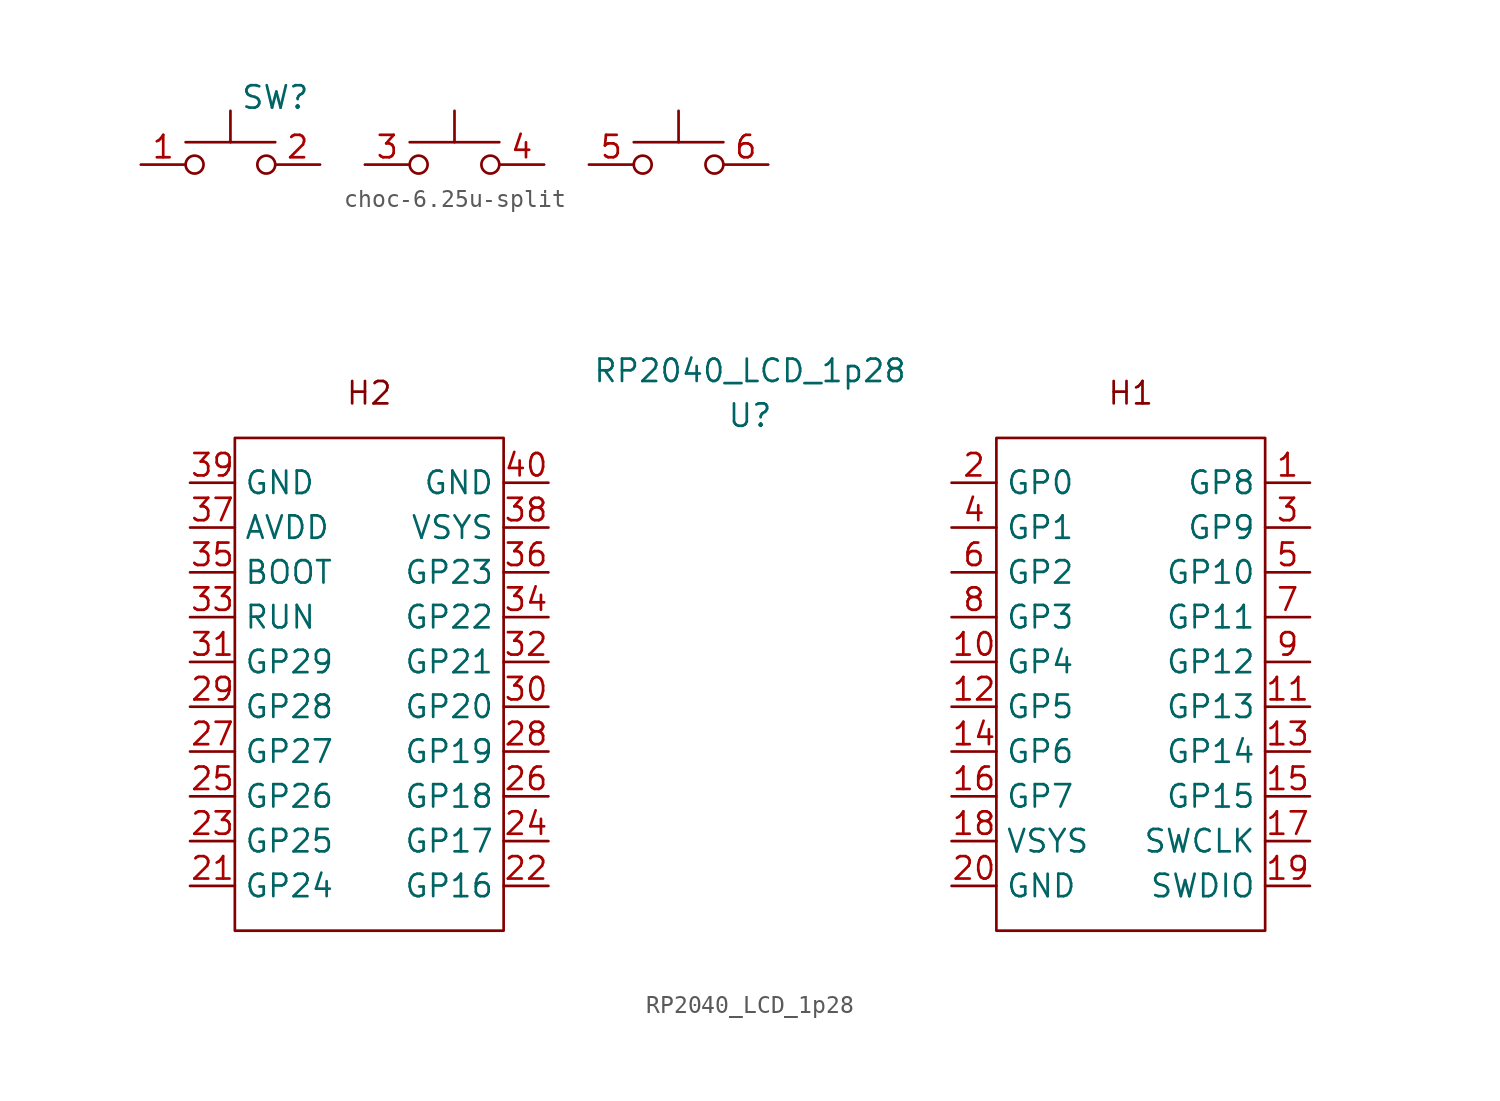
<source format=kicad_sym>
(kicad_symbol_lib
  (version 20220914)
  (generator kicad_symbol_editor)
  (symbol "choc-6.25u-split"
    (property "Reference" "SW"
      (at 2.54 2.54 0)
      (effects (font (size 1.27 1.27))))
    (property "Value" ""
      (at 0 0 0)
      (effects (font (size 1.27 1.27))))
    (symbol "choc-6.25u-split_0_1"
      (circle (center -2.032 -1.27) (radius 0.508) (stroke (width 0) (type default)) (fill (type none)))
      (polyline (pts (xy 0 0) (xy 0 1.778)) (stroke (width 0) (type default)) (fill (type none)))
      (polyline (pts (xy 2.54 0) (xy -2.54 0)) (stroke (width 0) (type default)) (fill (type none)))
      (polyline (pts (xy 12.7 0) (xy 12.7 1.778)) (stroke (width 0) (type default)) (fill (type none)))
      (polyline (pts (xy 15.24 0) (xy 10.16 0)) (stroke (width 0) (type default)) (fill (type none)))
      (polyline (pts (xy 25.4 0) (xy 25.4 1.778)) (stroke (width 0) (type default)) (fill (type none)))
      (polyline (pts (xy 27.94 0) (xy 22.86 0)) (stroke (width 0) (type default)) (fill (type none)))
      (circle (center 2.032 -1.27) (radius 0.508) (stroke (width 0) (type default)) (fill (type none)))
      (circle (center 10.668 -1.27) (radius 0.508) (stroke (width 0) (type default)) (fill (type none)))
      (circle (center 14.732 -1.27) (radius 0.508) (stroke (width 0) (type default)) (fill (type none)))
      (circle (center 23.368 -1.27) (radius 0.508) (stroke (width 0) (type default)) (fill (type none)))
      (circle (center 27.432 -1.27) (radius 0.508) (stroke (width 0) (type default)) (fill (type none)))
      (pin passive line (at -5.08 -1.27 0) (length 2.54) (name "" (effects (font (size 1.27 1.27)))) (number "1" (effects (font (size 1.27 1.27)))))
      (pin passive line (at 5.08 -1.27 180) (length 2.54) (name "" (effects (font (size 1.27 1.27)))) (number "2" (effects (font (size 1.27 1.27)))))
      (pin passive line (at 7.62 -1.27 0) (length 2.54) (name "" (effects (font (size 1.27 1.27)))) (number "3" (effects (font (size 1.27 1.27)))))
      (pin passive line (at 17.78 -1.27 180) (length 2.54) (name "" (effects (font (size 1.27 1.27)))) (number "4" (effects (font (size 1.27 1.27)))))
      (pin passive line (at 20.32 -1.27 0) (length 2.54) (name "" (effects (font (size 1.27 1.27)))) (number "5" (effects (font (size 1.27 1.27)))))
      (pin passive line (at 30.48 -1.27 180) (length 2.54) (name "" (effects (font (size 1.27 1.27)))) (number "6" (effects (font (size 1.27 1.27)))))))
  (symbol "RP2040_LCD_1p28"
    (property "Reference" "U"
      (at 0 0 0)
      (effects (font (size 1.27 1.27))))
    (property "Value" "RP2040_LCD_1p28"
      (at 0 2.54 0)
      (effects (font (size 1.27 1.27))))
    (symbol "RP2040_LCD_1p28_0_0"
      (text "H1" (at 21.59 1.27 0) (effects (font (size 1.27 1.27))))
      (text "H2" (at -21.59 1.27 0) (effects (font (size 1.27 1.27)))))
    (symbol "RP2040_LCD_1p28_0_1"
      (rectangle (start -29.21 -1.27) (end -13.97 -29.21) (stroke (width 0) (type default)) (fill (type none)))
      (rectangle (start 13.97 -1.27) (end 29.21 -29.21) (stroke (width 0) (type default)) (fill (type none))))
    (symbol "RP2040_LCD_1p28_1_1"
      (pin bidirectional line (at 31.75 -3.81 180) (length 2.54) (name "GP8" (effects (font (size 1.27 1.27)))) (number "1" (effects (font (size 1.27 1.27)))))
      (pin bidirectional line (at 11.43 -13.97 0) (length 2.54) (name "GP4" (effects (font (size 1.27 1.27)))) (number "10" (effects (font (size 1.27 1.27)))))
      (pin bidirectional line (at 31.75 -16.51 180) (length 2.54) (name "GP13" (effects (font (size 1.27 1.27)))) (number "11" (effects (font (size 1.27 1.27)))))
      (pin bidirectional line (at 11.43 -16.51 0) (length 2.54) (name "GP5" (effects (font (size 1.27 1.27)))) (number "12" (effects (font (size 1.27 1.27)))))
      (pin bidirectional line (at 31.75 -19.05 180) (length 2.54) (name "GP14" (effects (font (size 1.27 1.27)))) (number "13" (effects (font (size 1.27 1.27)))))
      (pin bidirectional line (at 11.43 -19.05 0) (length 2.54) (name "GP6" (effects (font (size 1.27 1.27)))) (number "14" (effects (font (size 1.27 1.27)))))
      (pin bidirectional line (at 31.75 -21.59 180) (length 2.54) (name "GP15" (effects (font (size 1.27 1.27)))) (number "15" (effects (font (size 1.27 1.27)))))
      (pin bidirectional line (at 11.43 -21.59 0) (length 2.54) (name "GP7" (effects (font (size 1.27 1.27)))) (number "16" (effects (font (size 1.27 1.27)))))
      (pin bidirectional line (at 31.75 -24.13 180) (length 2.54) (name "SWCLK" (effects (font (size 1.27 1.27)))) (number "17" (effects (font (size 1.27 1.27)))))
      (pin power_in line (at 11.43 -24.13 0) (length 2.54) (name "VSYS" (effects (font (size 1.27 1.27)))) (number "18" (effects (font (size 1.27 1.27)))))
      (pin bidirectional line (at 31.75 -26.67 180) (length 2.54) (name "SWDIO" (effects (font (size 1.27 1.27)))) (number "19" (effects (font (size 1.27 1.27)))))
      (pin bidirectional line (at 11.43 -3.81 0) (length 2.54) (name "GP0" (effects (font (size 1.27 1.27)))) (number "2" (effects (font (size 1.27 1.27)))))
      (pin power_in line (at 11.43 -26.67 0) (length 2.54) (name "GND" (effects (font (size 1.27 1.27)))) (number "20" (effects (font (size 1.27 1.27)))))
      (pin bidirectional line (at -31.75 -26.67 0) (length 2.54) (name "GP24" (effects (font (size 1.27 1.27)))) (number "21" (effects (font (size 1.27 1.27)))))
      (pin bidirectional line (at -11.43 -26.67 180) (length 2.54) (name "GP16" (effects (font (size 1.27 1.27)))) (number "22" (effects (font (size 1.27 1.27)))))
      (pin bidirectional line (at -31.75 -24.13 0) (length 2.54) (name "GP25" (effects (font (size 1.27 1.27)))) (number "23" (effects (font (size 1.27 1.27)))))
      (pin bidirectional line (at -11.43 -24.13 180) (length 2.54) (name "GP17" (effects (font (size 1.27 1.27)))) (number "24" (effects (font (size 1.27 1.27)))))
      (pin bidirectional line (at -31.75 -21.59 0) (length 2.54) (name "GP26" (effects (font (size 1.27 1.27)))) (number "25" (effects (font (size 1.27 1.27)))))
      (pin bidirectional line (at -11.43 -21.59 180) (length 2.54) (name "GP18" (effects (font (size 1.27 1.27)))) (number "26" (effects (font (size 1.27 1.27)))))
      (pin bidirectional line (at -31.75 -19.05 0) (length 2.54) (name "GP27" (effects (font (size 1.27 1.27)))) (number "27" (effects (font (size 1.27 1.27)))))
      (pin bidirectional line (at -11.43 -19.05 180) (length 2.54) (name "GP19" (effects (font (size 1.27 1.27)))) (number "28" (effects (font (size 1.27 1.27)))))
      (pin bidirectional line (at -31.75 -16.51 0) (length 2.54) (name "GP28" (effects (font (size 1.27 1.27)))) (number "29" (effects (font (size 1.27 1.27)))))
      (pin bidirectional line (at 31.75 -6.35 180) (length 2.54) (name "GP9" (effects (font (size 1.27 1.27)))) (number "3" (effects (font (size 1.27 1.27)))))
      (pin bidirectional line (at -11.43 -16.51 180) (length 2.54) (name "GP20" (effects (font (size 1.27 1.27)))) (number "30" (effects (font (size 1.27 1.27)))))
      (pin bidirectional line (at -31.75 -13.97 0) (length 2.54) (name "GP29" (effects (font (size 1.27 1.27)))) (number "31" (effects (font (size 1.27 1.27)))))
      (pin bidirectional line (at -11.43 -13.97 180) (length 2.54) (name "GP21" (effects (font (size 1.27 1.27)))) (number "32" (effects (font (size 1.27 1.27)))))
      (pin bidirectional line (at -31.75 -11.43 0) (length 2.54) (name "RUN" (effects (font (size 1.27 1.27)))) (number "33" (effects (font (size 1.27 1.27)))))
      (pin bidirectional line (at -11.43 -11.43 180) (length 2.54) (name "GP22" (effects (font (size 1.27 1.27)))) (number "34" (effects (font (size 1.27 1.27)))))
      (pin bidirectional line (at -31.75 -8.89 0) (length 2.54) (name "BOOT" (effects (font (size 1.27 1.27)))) (number "35" (effects (font (size 1.27 1.27)))))
      (pin bidirectional line (at -11.43 -8.89 180) (length 2.54) (name "GP23" (effects (font (size 1.27 1.27)))) (number "36" (effects (font (size 1.27 1.27)))))
      (pin bidirectional line (at -31.75 -6.35 0) (length 2.54) (name "AVDD" (effects (font (size 1.27 1.27)))) (number "37" (effects (font (size 1.27 1.27)))))
      (pin power_in line (at -11.43 -6.35 180) (length 2.54) (name "VSYS" (effects (font (size 1.27 1.27)))) (number "38" (effects (font (size 1.27 1.27)))))
      (pin bidirectional line (at -31.75 -3.81 0) (length 2.54) (name "GND" (effects (font (size 1.27 1.27)))) (number "39" (effects (font (size 1.27 1.27)))))
      (pin bidirectional line (at 11.43 -6.35 0) (length 2.54) (name "GP1" (effects (font (size 1.27 1.27)))) (number "4" (effects (font (size 1.27 1.27)))))
      (pin power_in line (at -11.43 -3.81 180) (length 2.54) (name "GND" (effects (font (size 1.27 1.27)))) (number "40" (effects (font (size 1.27 1.27)))))
      (pin bidirectional line (at 31.75 -8.89 180) (length 2.54) (name "GP10" (effects (font (size 1.27 1.27)))) (number "5" (effects (font (size 1.27 1.27)))))
      (pin bidirectional line (at 11.43 -8.89 0) (length 2.54) (name "GP2" (effects (font (size 1.27 1.27)))) (number "6" (effects (font (size 1.27 1.27)))))
      (pin bidirectional line (at 31.75 -11.43 180) (length 2.54) (name "GP11" (effects (font (size 1.27 1.27)))) (number "7" (effects (font (size 1.27 1.27)))))
      (pin bidirectional line (at 11.43 -11.43 0) (length 2.54) (name "GP3" (effects (font (size 1.27 1.27)))) (number "8" (effects (font (size 1.27 1.27)))))
      (pin bidirectional line (at 31.75 -13.97 180) (length 2.54) (name "GP12" (effects (font (size 1.27 1.27)))) (number "9" (effects (font (size 1.27 1.27))))))))
</source>
